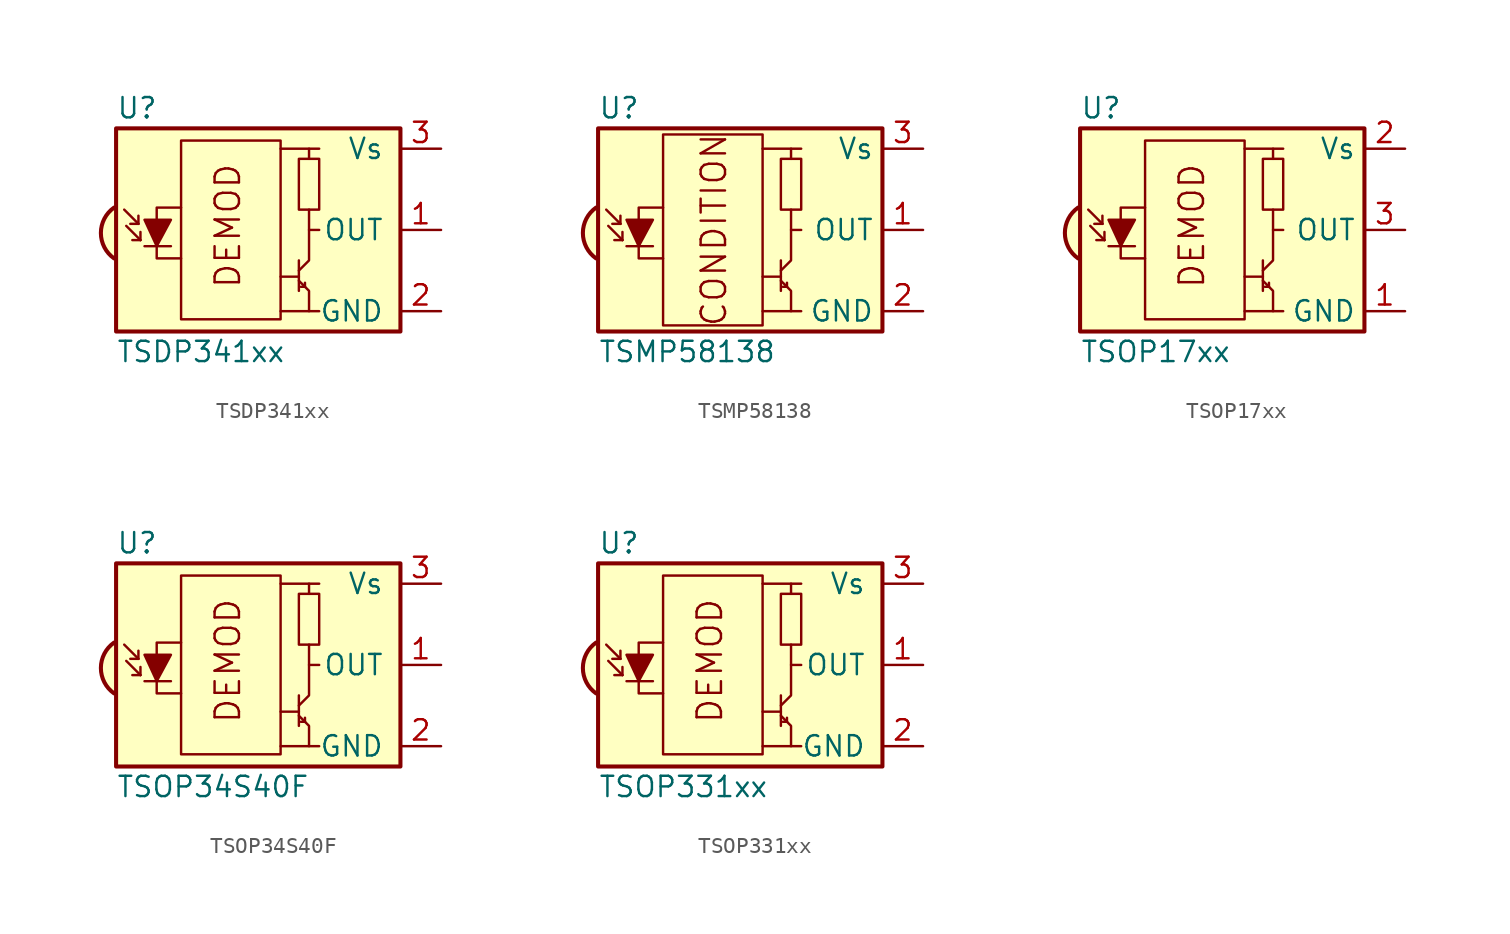
<source format=kicad_sym>
(kicad_symbol_lib
  (version 20201005)
  (generator kicad_symbol_editor)
  (symbol "Interface_Optical:TSDP341xx"
    (pin_names
      (offset 1.016))
    (property "Reference" "U"
      (at -10.16 7.62 0)
      (effects (font (size 1.27 1.27)) (justify left)))
    (property "Value" "TSDP341xx"
      (at -10.16 -7.62 0)
      (effects (font (size 1.27 1.27)) (justify left)))
    (symbol "TSDP341xx_0_0"
      (arc (start -10.287 1.397) (end -10.287 -1.778) (radius (at -9.144 -0.1778) (length 1.9558) (angles 126 -125.5)) (stroke (width 0.254)) (fill (type background)))
      (text "DEMOD" (at -3.175 0.254 900) (effects (font (size 1.524 1.524))))
      (polyline (pts (xy 1.905 -5.08) (xy 0.127 -5.08)) (stroke (width 0)) (fill (type none)))
      (polyline (pts (xy 1.905 5.08) (xy 0.127 5.08)) (stroke (width 0)) (fill (type none))))
    (symbol "TSDP341xx_0_1"
      (rectangle (start -6.096 5.588) (end 0.127 -5.588) (stroke (width 0)) (fill (type none)))
      (rectangle (start 2.54 1.27) (end 1.27 4.445) (stroke (width 0)) (fill (type none)))
      (rectangle (start 7.62 6.35) (end -10.16 -6.35) (stroke (width 0.254)) (fill (type background)))
      (polyline (pts (xy -8.763 0.381) (xy -9.652 1.27)) (stroke (width 0)) (fill (type none)))
      (polyline (pts (xy -8.763 0.381) (xy -9.271 0.381)) (stroke (width 0)) (fill (type none)))
      (polyline (pts (xy -8.763 0.381) (xy -8.763 0.889)) (stroke (width 0)) (fill (type none)))
      (polyline (pts (xy -8.636 -0.635) (xy -9.525 0.254)) (stroke (width 0)) (fill (type none)))
      (polyline (pts (xy -8.636 -0.635) (xy -9.144 -0.635)) (stroke (width 0)) (fill (type none)))
      (polyline (pts (xy -8.636 -0.635) (xy -8.636 -0.127)) (stroke (width 0)) (fill (type none)))
      (polyline (pts (xy -8.382 -1.016) (xy -6.731 -1.016)) (stroke (width 0)) (fill (type none)))
      (polyline (pts (xy 1.27 -2.921) (xy 0.127 -2.921)) (stroke (width 0)) (fill (type none)))
      (polyline (pts (xy 1.27 -1.905) (xy 1.27 -3.81)) (stroke (width 0)) (fill (type none)))
      (polyline (pts (xy 1.397 -3.556) (xy 1.524 -3.556)) (stroke (width 0)) (fill (type none)))
      (polyline (pts (xy 1.651 -3.556) (xy 1.524 -3.556)) (stroke (width 0)) (fill (type none)))
      (polyline (pts (xy 1.651 -3.556) (xy 1.651 -3.302)) (stroke (width 0)) (fill (type none)))
      (polyline (pts (xy 1.905 0) (xy 1.905 1.27)) (stroke (width 0)) (fill (type none)))
      (polyline (pts (xy 1.905 4.445) (xy 1.905 5.08) (xy 2.54 5.08)) (stroke (width 0)) (fill (type none)))
      (polyline (pts (xy -8.382 0.635) (xy -6.731 0.635) (xy -7.62 -1.016) (xy -8.382 0.635)) (stroke (width 0)) (fill (type outline)))
      (polyline (pts (xy -6.096 1.397) (xy -7.62 1.397) (xy -7.62 -1.778) (xy -6.096 -1.778)) (stroke (width 0)) (fill (type none)))
      (polyline (pts (xy 1.27 -3.175) (xy 1.905 -3.81) (xy 1.905 -5.08) (xy 2.54 -5.08)) (stroke (width 0)) (fill (type none)))
      (polyline (pts (xy 1.27 -2.54) (xy 1.905 -1.905) (xy 1.905 0) (xy 2.54 0)) (stroke (width 0)) (fill (type none))))
    (symbol "TSDP341xx_1_1"
      (pin output line (at 10.16 0 180) (length 2.54) (name "OUT" (effects (font (size 1.27 1.27)))) (number "1" (effects (font (size 1.27 1.27)))))
      (pin power_in line (at 10.16 -5.08 180) (length 2.54) (name "GND" (effects (font (size 1.27 1.27)))) (number "2" (effects (font (size 1.27 1.27)))))
      (pin power_in line (at 10.16 5.08 180) (length 2.54) (name "Vs" (effects (font (size 1.27 1.27)))) (number "3" (effects (font (size 1.27 1.27)))))))
  (symbol "Interface_Optical:TSMP58138"
    (property "Reference" "U"
      (at -10.16 7.62 0)
      (effects (font (size 1.27 1.27)) (justify left)))
    (property "Value" "TSMP58138"
      (at -10.16 -7.62 0)
      (effects (font (size 1.27 1.27)) (justify left)))
    (symbol "TSMP58138_0_0"
      (arc (start -10.287 1.397) (end -10.287 -1.778) (radius (at -9.144 -0.1778) (length 1.9558) (angles 126 -125.5)) (stroke (width 0.254)) (fill (type background)))
      (text "CONDITION" (at -2.921 0 900) (effects (font (size 1.524 1.524))))
      (polyline (pts (xy 1.905 -5.08) (xy 0.127 -5.08)) (stroke (width 0)) (fill (type none)))
      (polyline (pts (xy 1.905 5.08) (xy 0.127 5.08)) (stroke (width 0)) (fill (type none))))
    (symbol "TSMP58138_0_1"
      (rectangle (start -6.096 5.969) (end 0.127 -5.969) (stroke (width 0)) (fill (type none)))
      (rectangle (start 2.54 1.27) (end 1.27 4.445) (stroke (width 0)) (fill (type none)))
      (rectangle (start 7.62 6.35) (end -10.16 -6.35) (stroke (width 0.254)) (fill (type background)))
      (polyline (pts (xy -8.763 0.381) (xy -9.652 1.27)) (stroke (width 0)) (fill (type none)))
      (polyline (pts (xy -8.763 0.381) (xy -9.271 0.381)) (stroke (width 0)) (fill (type none)))
      (polyline (pts (xy -8.763 0.381) (xy -8.763 0.889)) (stroke (width 0)) (fill (type none)))
      (polyline (pts (xy -8.636 -0.635) (xy -9.525 0.254)) (stroke (width 0)) (fill (type none)))
      (polyline (pts (xy -8.636 -0.635) (xy -9.144 -0.635)) (stroke (width 0)) (fill (type none)))
      (polyline (pts (xy -8.636 -0.635) (xy -8.636 -0.127)) (stroke (width 0)) (fill (type none)))
      (polyline (pts (xy -8.382 -1.016) (xy -6.731 -1.016)) (stroke (width 0)) (fill (type none)))
      (polyline (pts (xy 1.27 -2.921) (xy 0.127 -2.921)) (stroke (width 0)) (fill (type none)))
      (polyline (pts (xy 1.27 -1.905) (xy 1.27 -3.81)) (stroke (width 0)) (fill (type none)))
      (polyline (pts (xy 1.397 -3.556) (xy 1.524 -3.556)) (stroke (width 0)) (fill (type none)))
      (polyline (pts (xy 1.651 -3.556) (xy 1.524 -3.556)) (stroke (width 0)) (fill (type none)))
      (polyline (pts (xy 1.651 -3.556) (xy 1.651 -3.302)) (stroke (width 0)) (fill (type none)))
      (polyline (pts (xy 1.905 0) (xy 1.905 1.27)) (stroke (width 0)) (fill (type none)))
      (polyline (pts (xy 1.905 4.445) (xy 1.905 5.08) (xy 2.54 5.08)) (stroke (width 0)) (fill (type none)))
      (polyline (pts (xy -8.382 0.635) (xy -6.731 0.635) (xy -7.62 -1.016) (xy -8.382 0.635)) (stroke (width 0)) (fill (type outline)))
      (polyline (pts (xy -6.096 1.397) (xy -7.62 1.397) (xy -7.62 -1.778) (xy -6.096 -1.778)) (stroke (width 0)) (fill (type none)))
      (polyline (pts (xy 1.27 -3.175) (xy 1.905 -3.81) (xy 1.905 -5.08) (xy 2.54 -5.08)) (stroke (width 0)) (fill (type none)))
      (polyline (pts (xy 1.27 -2.54) (xy 1.905 -1.905) (xy 1.905 0) (xy 2.54 0)) (stroke (width 0)) (fill (type none))))
    (symbol "TSMP58138_1_1"
      (pin output line (at 10.16 0 180) (length 2.54) (name "OUT" (effects (font (size 1.27 1.27)))) (number "1" (effects (font (size 1.27 1.27)))))
      (pin power_in line (at 10.16 -5.08 180) (length 2.54) (name "GND" (effects (font (size 1.27 1.27)))) (number "2" (effects (font (size 1.27 1.27)))))
      (pin power_in line (at 10.16 5.08 180) (length 2.54) (name "Vs" (effects (font (size 1.27 1.27)))) (number "3" (effects (font (size 1.27 1.27)))))))
  (symbol "Interface_Optical:TSOP17xx"
    (property "Reference" "U"
      (at -10.16 7.62 0)
      (effects (font (size 1.27 1.27)) (justify left)))
    (property "Value" "TSOP17xx"
      (at -10.16 -7.62 0)
      (effects (font (size 1.27 1.27)) (justify left)))
    (symbol "TSOP17xx_0_0"
      (arc (start -10.287 1.397) (end -10.287 -1.778) (radius (at -9.144 -0.1778) (length 1.9558) (angles 126 -125.5)) (stroke (width 0.254)) (fill (type background)))
      (text "DEMOD" (at -3.175 0.254 900) (effects (font (size 1.524 1.524))))
      (polyline (pts (xy 1.905 -5.08) (xy 0.127 -5.08)) (stroke (width 0)) (fill (type none)))
      (polyline (pts (xy 1.905 5.08) (xy 0.127 5.08)) (stroke (width 0)) (fill (type none))))
    (symbol "TSOP17xx_0_1"
      (rectangle (start -6.096 5.588) (end 0.127 -5.588) (stroke (width 0)) (fill (type none)))
      (rectangle (start 2.54 1.27) (end 1.27 4.445) (stroke (width 0)) (fill (type none)))
      (rectangle (start 7.62 6.35) (end -10.16 -6.35) (stroke (width 0.254)) (fill (type background)))
      (polyline (pts (xy -8.763 0.381) (xy -9.652 1.27)) (stroke (width 0)) (fill (type none)))
      (polyline (pts (xy -8.763 0.381) (xy -9.271 0.381)) (stroke (width 0)) (fill (type none)))
      (polyline (pts (xy -8.763 0.381) (xy -8.763 0.889)) (stroke (width 0)) (fill (type none)))
      (polyline (pts (xy -8.636 -0.635) (xy -9.525 0.254)) (stroke (width 0)) (fill (type none)))
      (polyline (pts (xy -8.636 -0.635) (xy -9.144 -0.635)) (stroke (width 0)) (fill (type none)))
      (polyline (pts (xy -8.636 -0.635) (xy -8.636 -0.127)) (stroke (width 0)) (fill (type none)))
      (polyline (pts (xy -8.382 -1.016) (xy -6.731 -1.016)) (stroke (width 0)) (fill (type none)))
      (polyline (pts (xy 1.27 -2.921) (xy 0.127 -2.921)) (stroke (width 0)) (fill (type none)))
      (polyline (pts (xy 1.27 -1.905) (xy 1.27 -3.81)) (stroke (width 0)) (fill (type none)))
      (polyline (pts (xy 1.397 -3.556) (xy 1.524 -3.556)) (stroke (width 0)) (fill (type none)))
      (polyline (pts (xy 1.651 -3.556) (xy 1.524 -3.556)) (stroke (width 0)) (fill (type none)))
      (polyline (pts (xy 1.651 -3.556) (xy 1.651 -3.302)) (stroke (width 0)) (fill (type none)))
      (polyline (pts (xy 1.905 0) (xy 1.905 1.27)) (stroke (width 0)) (fill (type none)))
      (polyline (pts (xy 1.905 4.445) (xy 1.905 5.08) (xy 2.54 5.08)) (stroke (width 0)) (fill (type none)))
      (polyline (pts (xy -8.382 0.635) (xy -6.731 0.635) (xy -7.62 -1.016) (xy -8.382 0.635)) (stroke (width 0)) (fill (type outline)))
      (polyline (pts (xy -6.096 1.397) (xy -7.62 1.397) (xy -7.62 -1.778) (xy -6.096 -1.778)) (stroke (width 0)) (fill (type none)))
      (polyline (pts (xy 1.27 -3.175) (xy 1.905 -3.81) (xy 1.905 -5.08) (xy 2.54 -5.08)) (stroke (width 0)) (fill (type none)))
      (polyline (pts (xy 1.27 -2.54) (xy 1.905 -1.905) (xy 1.905 0) (xy 2.54 0)) (stroke (width 0)) (fill (type none))))
    (symbol "TSOP17xx_1_1"
      (pin power_in line (at 10.16 -5.08 180) (length 2.54) (name "GND" (effects (font (size 1.27 1.27)))) (number "1" (effects (font (size 1.27 1.27)))))
      (pin power_in line (at 10.16 5.08 180) (length 2.54) (name "Vs" (effects (font (size 1.27 1.27)))) (number "2" (effects (font (size 1.27 1.27)))))
      (pin output line (at 10.16 0 180) (length 2.54) (name "OUT" (effects (font (size 1.27 1.27)))) (number "3" (effects (font (size 1.27 1.27)))))))
  (symbol "Interface_Optical:TSOP34S40F"
    (pin_names
      (offset 1.016))
    (property "Reference" "U"
      (at -10.16 7.62 0)
      (effects (font (size 1.27 1.27)) (justify left)))
    (property "Value" "TSOP34S40F"
      (at -10.16 -7.62 0)
      (effects (font (size 1.27 1.27)) (justify left)))
    (symbol "TSOP34S40F_0_0"
      (arc (start -10.287 1.397) (end -10.287 -1.778) (radius (at -9.144 -0.1778) (length 1.9558) (angles 126 -125.5)) (stroke (width 0.254)) (fill (type background)))
      (text "DEMOD" (at -3.175 0.254 900) (effects (font (size 1.524 1.524))))
      (polyline (pts (xy 1.905 -5.08) (xy 0.127 -5.08)) (stroke (width 0)) (fill (type none)))
      (polyline (pts (xy 1.905 5.08) (xy 0.127 5.08)) (stroke (width 0)) (fill (type none))))
    (symbol "TSOP34S40F_0_1"
      (rectangle (start -6.096 5.588) (end 0.127 -5.588) (stroke (width 0)) (fill (type none)))
      (rectangle (start 2.54 1.27) (end 1.27 4.445) (stroke (width 0)) (fill (type none)))
      (rectangle (start 7.62 6.35) (end -10.16 -6.35) (stroke (width 0.254)) (fill (type background)))
      (polyline (pts (xy -8.763 0.381) (xy -9.652 1.27)) (stroke (width 0)) (fill (type none)))
      (polyline (pts (xy -8.763 0.381) (xy -9.271 0.381)) (stroke (width 0)) (fill (type none)))
      (polyline (pts (xy -8.763 0.381) (xy -8.763 0.889)) (stroke (width 0)) (fill (type none)))
      (polyline (pts (xy -8.636 -0.635) (xy -9.525 0.254)) (stroke (width 0)) (fill (type none)))
      (polyline (pts (xy -8.636 -0.635) (xy -9.144 -0.635)) (stroke (width 0)) (fill (type none)))
      (polyline (pts (xy -8.636 -0.635) (xy -8.636 -0.127)) (stroke (width 0)) (fill (type none)))
      (polyline (pts (xy -8.382 -1.016) (xy -6.731 -1.016)) (stroke (width 0)) (fill (type none)))
      (polyline (pts (xy 1.27 -2.921) (xy 0.127 -2.921)) (stroke (width 0)) (fill (type none)))
      (polyline (pts (xy 1.27 -1.905) (xy 1.27 -3.81)) (stroke (width 0)) (fill (type none)))
      (polyline (pts (xy 1.397 -3.556) (xy 1.524 -3.556)) (stroke (width 0)) (fill (type none)))
      (polyline (pts (xy 1.651 -3.556) (xy 1.524 -3.556)) (stroke (width 0)) (fill (type none)))
      (polyline (pts (xy 1.651 -3.556) (xy 1.651 -3.302)) (stroke (width 0)) (fill (type none)))
      (polyline (pts (xy 1.905 0) (xy 1.905 1.27)) (stroke (width 0)) (fill (type none)))
      (polyline (pts (xy 1.905 4.445) (xy 1.905 5.08) (xy 2.54 5.08)) (stroke (width 0)) (fill (type none)))
      (polyline (pts (xy -8.382 0.635) (xy -6.731 0.635) (xy -7.62 -1.016) (xy -8.382 0.635)) (stroke (width 0)) (fill (type outline)))
      (polyline (pts (xy -6.096 1.397) (xy -7.62 1.397) (xy -7.62 -1.778) (xy -6.096 -1.778)) (stroke (width 0)) (fill (type none)))
      (polyline (pts (xy 1.27 -3.175) (xy 1.905 -3.81) (xy 1.905 -5.08) (xy 2.54 -5.08)) (stroke (width 0)) (fill (type none)))
      (polyline (pts (xy 1.27 -2.54) (xy 1.905 -1.905) (xy 1.905 0) (xy 2.54 0)) (stroke (width 0)) (fill (type none))))
    (symbol "TSOP34S40F_1_1"
      (pin output line (at 10.16 0 180) (length 2.54) (name "OUT" (effects (font (size 1.27 1.27)))) (number "1" (effects (font (size 1.27 1.27)))))
      (pin power_in line (at 10.16 -5.08 180) (length 2.54) (name "GND" (effects (font (size 1.27 1.27)))) (number "2" (effects (font (size 1.27 1.27)))))
      (pin power_in line (at 10.16 5.08 180) (length 2.54) (name "Vs" (effects (font (size 1.27 1.27)))) (number "3" (effects (font (size 1.27 1.27)))))))
  (symbol "Interface_Optical:TSOP331xx"
    (pin_names
      (offset 1.016))
    (property "Reference" "U"
      (at -10.16 7.62 0)
      (effects (font (size 1.27 1.27)) (justify left)))
    (property "Value" "TSOP331xx"
      (at -10.16 -7.62 0)
      (effects (font (size 1.27 1.27)) (justify left)))
    (symbol "TSOP331xx_0_0"
      (arc (start -10.287 1.397) (end -10.287 -1.778) (radius (at -9.144 -0.1778) (length 1.9558) (angles 126 -125.5)) (stroke (width 0.254)) (fill (type background)))
      (text "DEMOD" (at -3.175 0.254 900) (effects (font (size 1.524 1.524))))
      (polyline (pts (xy 1.905 -5.08) (xy 0.127 -5.08)) (stroke (width 0)) (fill (type none)))
      (polyline (pts (xy 1.905 5.08) (xy 0.127 5.08)) (stroke (width 0)) (fill (type none))))
    (symbol "TSOP331xx_0_1"
      (rectangle (start -6.096 5.588) (end 0.127 -5.588) (stroke (width 0)) (fill (type none)))
      (rectangle (start 2.54 1.27) (end 1.27 4.445) (stroke (width 0)) (fill (type none)))
      (rectangle (start 7.62 6.35) (end -10.16 -6.35) (stroke (width 0.254)) (fill (type background)))
      (polyline (pts (xy -8.763 0.381) (xy -9.652 1.27)) (stroke (width 0)) (fill (type none)))
      (polyline (pts (xy -8.763 0.381) (xy -9.271 0.381)) (stroke (width 0)) (fill (type none)))
      (polyline (pts (xy -8.763 0.381) (xy -8.763 0.889)) (stroke (width 0)) (fill (type none)))
      (polyline (pts (xy -8.636 -0.635) (xy -9.525 0.254)) (stroke (width 0)) (fill (type none)))
      (polyline (pts (xy -8.636 -0.635) (xy -9.144 -0.635)) (stroke (width 0)) (fill (type none)))
      (polyline (pts (xy -8.636 -0.635) (xy -8.636 -0.127)) (stroke (width 0)) (fill (type none)))
      (polyline (pts (xy -8.382 -1.016) (xy -6.731 -1.016)) (stroke (width 0)) (fill (type none)))
      (polyline (pts (xy 1.27 -2.921) (xy 0.127 -2.921)) (stroke (width 0)) (fill (type none)))
      (polyline (pts (xy 1.27 -1.905) (xy 1.27 -3.81)) (stroke (width 0)) (fill (type none)))
      (polyline (pts (xy 1.397 -3.556) (xy 1.524 -3.556)) (stroke (width 0)) (fill (type none)))
      (polyline (pts (xy 1.651 -3.556) (xy 1.524 -3.556)) (stroke (width 0)) (fill (type none)))
      (polyline (pts (xy 1.651 -3.556) (xy 1.651 -3.302)) (stroke (width 0)) (fill (type none)))
      (polyline (pts (xy 1.905 0) (xy 1.905 1.27)) (stroke (width 0)) (fill (type none)))
      (polyline (pts (xy 1.905 4.445) (xy 1.905 5.08) (xy 2.54 5.08)) (stroke (width 0)) (fill (type none)))
      (polyline (pts (xy -8.382 0.635) (xy -6.731 0.635) (xy -7.62 -1.016) (xy -8.382 0.635)) (stroke (width 0)) (fill (type outline)))
      (polyline (pts (xy -6.096 1.397) (xy -7.62 1.397) (xy -7.62 -1.778) (xy -6.096 -1.778)) (stroke (width 0)) (fill (type none)))
      (polyline (pts (xy 1.27 -3.175) (xy 1.905 -3.81) (xy 1.905 -5.08) (xy 2.54 -5.08)) (stroke (width 0)) (fill (type none)))
      (polyline (pts (xy 1.27 -2.54) (xy 1.905 -1.905) (xy 1.905 0) (xy 2.54 0)) (stroke (width 0)) (fill (type none))))
    (symbol "TSOP331xx_1_1"
      (pin output line (at 10.16 0 180) (length 2.54) (name "OUT" (effects (font (size 1.27 1.27)))) (number "1" (effects (font (size 1.27 1.27)))))
      (pin power_in line (at 10.16 -5.08 180) (length 2.54) (name "GND" (effects (font (size 1.27 1.27)))) (number "2" (effects (font (size 1.27 1.27)))))
      (pin power_in line (at 10.16 5.08 180) (length 2.54) (name "Vs" (effects (font (size 1.27 1.27)))) (number "3" (effects (font (size 1.27 1.27))))))))
</source>
